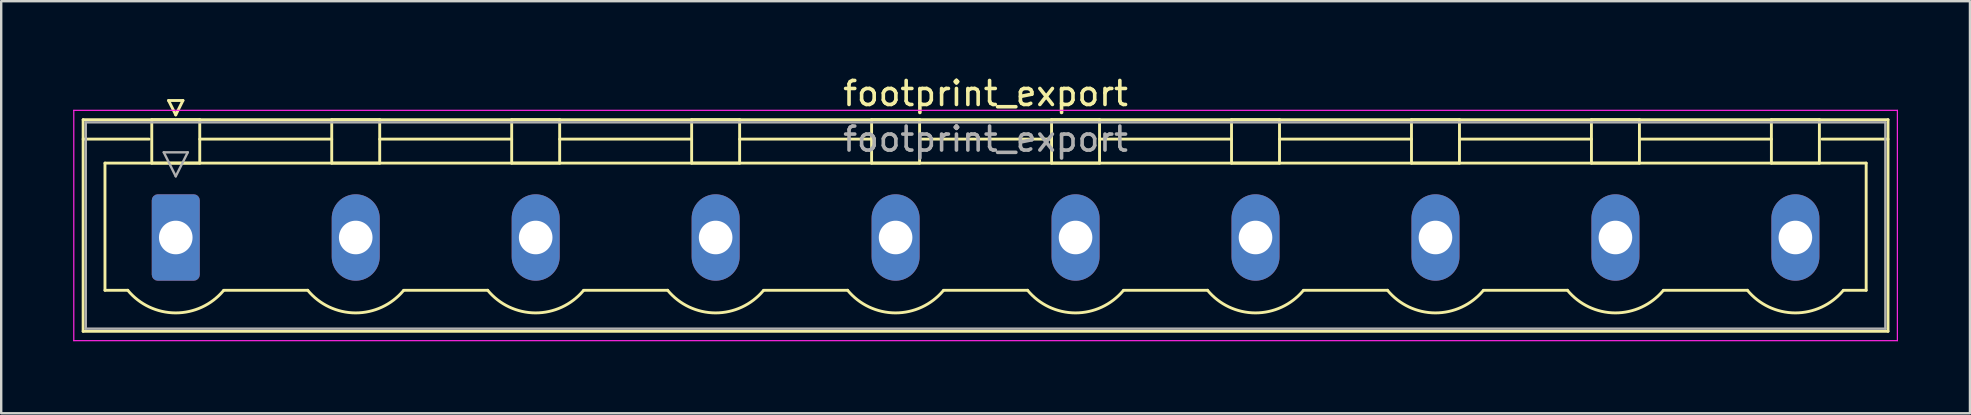
<source format=kicad_pcb>
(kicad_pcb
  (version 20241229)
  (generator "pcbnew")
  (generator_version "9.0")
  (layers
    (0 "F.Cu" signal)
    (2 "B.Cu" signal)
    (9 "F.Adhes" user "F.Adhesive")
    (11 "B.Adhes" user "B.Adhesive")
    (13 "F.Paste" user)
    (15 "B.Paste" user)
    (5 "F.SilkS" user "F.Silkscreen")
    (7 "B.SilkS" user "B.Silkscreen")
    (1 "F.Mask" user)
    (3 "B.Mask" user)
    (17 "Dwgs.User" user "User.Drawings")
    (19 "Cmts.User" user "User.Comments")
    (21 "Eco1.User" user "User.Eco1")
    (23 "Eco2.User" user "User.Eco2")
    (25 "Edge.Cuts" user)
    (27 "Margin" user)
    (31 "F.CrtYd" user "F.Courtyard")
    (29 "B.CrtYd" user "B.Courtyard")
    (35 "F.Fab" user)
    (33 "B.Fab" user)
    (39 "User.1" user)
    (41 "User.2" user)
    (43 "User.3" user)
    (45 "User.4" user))
  (footprint "footprint_export"
    (layer "F.Cu")
    (at 4.275 6.848)
    (property "Reference" "footprint_export" (at 33.75 -6 0) (layer "F.SilkS") (effects (font (size 1 1) (thickness 0.15))))
    (attr through_hole)
    (fp_line (start -3.86 -4.91) (end -3.86 3.91) (stroke (width 0.12) (type solid)) (layer "F.SilkS"))
    (fp_line (start -3.86 -4.1) (end -1.11 -4.1) (stroke (width 0.12) (type solid)) (layer "F.SilkS"))
    (fp_line (start -3.86 3.91) (end 71.36 3.91) (stroke (width 0.12) (type solid)) (layer "F.SilkS"))
    (fp_line (start -2.95 -3.1) (end 70.45 -3.1) (stroke (width 0.12) (type solid)) (layer "F.SilkS"))
    (fp_line (start -2.95 2.2) (end -2.95 -3.1) (stroke (width 0.12) (type solid)) (layer "F.SilkS"))
    (fp_line (start -2 2.2) (end -2.95 2.2) (stroke (width 0.12) (type solid)) (layer "F.SilkS"))
    (fp_line (start -1 -4.91) (end 1 -4.91) (stroke (width 0.12) (type solid)) (layer "F.SilkS"))
    (fp_line (start -1 -3.1) (end -1 -4.91) (stroke (width 0.12) (type solid)) (layer "F.SilkS"))
    (fp_line (start -0.3 -5.71) (end 0.3 -5.71) (stroke (width 0.12) (type solid)) (layer "F.SilkS"))
    (fp_line (start 0 -5.11) (end -0.3 -5.71) (stroke (width 0.12) (type solid)) (layer "F.SilkS"))
    (fp_line (start 0.3 -5.71) (end 0 -5.11) (stroke (width 0.12) (type solid)) (layer "F.SilkS"))
    (fp_line (start 1 -4.91) (end 1 -3.1) (stroke (width 0.12) (type solid)) (layer "F.SilkS"))
    (fp_line (start 1 -4.1) (end 6.5 -4.1) (stroke (width 0.12) (type solid)) (layer "F.SilkS"))
    (fp_line (start 1 -3.1) (end -1 -3.1) (stroke (width 0.12) (type solid)) (layer "F.SilkS"))
    (fp_line (start 2 2.2) (end 5.5 2.2) (stroke (width 0.12) (type solid)) (layer "F.SilkS"))
    (fp_line (start 6.5 -4.91) (end 8.5 -4.91) (stroke (width 0.12) (type solid)) (layer "F.SilkS"))
    (fp_line (start 6.5 -3.1) (end 6.5 -4.91) (stroke (width 0.12) (type solid)) (layer "F.SilkS"))
    (fp_line (start 8.5 -4.91) (end 8.5 -3.1) (stroke (width 0.12) (type solid)) (layer "F.SilkS"))
    (fp_line (start 8.5 -4.1) (end 14 -4.1) (stroke (width 0.12) (type solid)) (layer "F.SilkS"))
    (fp_line (start 8.5 -3.1) (end 6.5 -3.1) (stroke (width 0.12) (type solid)) (layer "F.SilkS"))
    (fp_line (start 9.5 2.2) (end 13 2.2) (stroke (width 0.12) (type solid)) (layer "F.SilkS"))
    (fp_line (start 14 -4.91) (end 16 -4.91) (stroke (width 0.12) (type solid)) (layer "F.SilkS"))
    (fp_line (start 14 -3.1) (end 14 -4.91) (stroke (width 0.12) (type solid)) (layer "F.SilkS"))
    (fp_line (start 16 -4.91) (end 16 -3.1) (stroke (width 0.12) (type solid)) (layer "F.SilkS"))
    (fp_line (start 16 -4.1) (end 21.5 -4.1) (stroke (width 0.12) (type solid)) (layer "F.SilkS"))
    (fp_line (start 16 -3.1) (end 14 -3.1) (stroke (width 0.12) (type solid)) (layer "F.SilkS"))
    (fp_line (start 17 2.2) (end 20.5 2.2) (stroke (width 0.12) (type solid)) (layer "F.SilkS"))
    (fp_line (start 21.5 -4.91) (end 23.5 -4.91) (stroke (width 0.12) (type solid)) (layer "F.SilkS"))
    (fp_line (start 21.5 -3.1) (end 21.5 -4.91) (stroke (width 0.12) (type solid)) (layer "F.SilkS"))
    (fp_line (start 23.5 -4.91) (end 23.5 -3.1) (stroke (width 0.12) (type solid)) (layer "F.SilkS"))
    (fp_line (start 23.5 -4.1) (end 29 -4.1) (stroke (width 0.12) (type solid)) (layer "F.SilkS"))
    (fp_line (start 23.5 -3.1) (end 21.5 -3.1) (stroke (width 0.12) (type solid)) (layer "F.SilkS"))
    (fp_line (start 24.5 2.2) (end 28 2.2) (stroke (width 0.12) (type solid)) (layer "F.SilkS"))
    (fp_line (start 29 -4.91) (end 31 -4.91) (stroke (width 0.12) (type solid)) (layer "F.SilkS"))
    (fp_line (start 29 -3.1) (end 29 -4.91) (stroke (width 0.12) (type solid)) (layer "F.SilkS"))
    (fp_line (start 31 -4.91) (end 31 -3.1) (stroke (width 0.12) (type solid)) (layer "F.SilkS"))
    (fp_line (start 31 -4.1) (end 36.5 -4.1) (stroke (width 0.12) (type solid)) (layer "F.SilkS"))
    (fp_line (start 31 -3.1) (end 29 -3.1) (stroke (width 0.12) (type solid)) (layer "F.SilkS"))
    (fp_line (start 32 2.2) (end 35.5 2.2) (stroke (width 0.12) (type solid)) (layer "F.SilkS"))
    (fp_line (start 36.5 -4.91) (end 38.5 -4.91) (stroke (width 0.12) (type solid)) (layer "F.SilkS"))
    (fp_line (start 36.5 -3.1) (end 36.5 -4.91) (stroke (width 0.12) (type solid)) (layer "F.SilkS"))
    (fp_line (start 38.5 -4.91) (end 38.5 -3.1) (stroke (width 0.12) (type solid)) (layer "F.SilkS"))
    (fp_line (start 38.5 -4.1) (end 44 -4.1) (stroke (width 0.12) (type solid)) (layer "F.SilkS"))
    (fp_line (start 38.5 -3.1) (end 36.5 -3.1) (stroke (width 0.12) (type solid)) (layer "F.SilkS"))
    (fp_line (start 39.5 2.2) (end 43 2.2) (stroke (width 0.12) (type solid)) (layer "F.SilkS"))
    (fp_line (start 44 -4.91) (end 46 -4.91) (stroke (width 0.12) (type solid)) (layer "F.SilkS"))
    (fp_line (start 44 -3.1) (end 44 -4.91) (stroke (width 0.12) (type solid)) (layer "F.SilkS"))
    (fp_line (start 46 -4.91) (end 46 -3.1) (stroke (width 0.12) (type solid)) (layer "F.SilkS"))
    (fp_line (start 46 -4.1) (end 51.5 -4.1) (stroke (width 0.12) (type solid)) (layer "F.SilkS"))
    (fp_line (start 46 -3.1) (end 44 -3.1) (stroke (width 0.12) (type solid)) (layer "F.SilkS"))
    (fp_line (start 47 2.2) (end 50.5 2.2) (stroke (width 0.12) (type solid)) (layer "F.SilkS"))
    (fp_line (start 51.5 -4.91) (end 53.5 -4.91) (stroke (width 0.12) (type solid)) (layer "F.SilkS"))
    (fp_line (start 51.5 -3.1) (end 51.5 -4.91) (stroke (width 0.12) (type solid)) (layer "F.SilkS"))
    (fp_line (start 53.5 -4.91) (end 53.5 -3.1) (stroke (width 0.12) (type solid)) (layer "F.SilkS"))
    (fp_line (start 53.5 -4.1) (end 59 -4.1) (stroke (width 0.12) (type solid)) (layer "F.SilkS"))
    (fp_line (start 53.5 -3.1) (end 51.5 -3.1) (stroke (width 0.12) (type solid)) (layer "F.SilkS"))
    (fp_line (start 54.5 2.2) (end 58 2.2) (stroke (width 0.12) (type solid)) (layer "F.SilkS"))
    (fp_line (start 59 -4.91) (end 61 -4.91) (stroke (width 0.12) (type solid)) (layer "F.SilkS"))
    (fp_line (start 59 -3.1) (end 59 -4.91) (stroke (width 0.12) (type solid)) (layer "F.SilkS"))
    (fp_line (start 61 -4.91) (end 61 -3.1) (stroke (width 0.12) (type solid)) (layer "F.SilkS"))
    (fp_line (start 61 -4.1) (end 66.5 -4.1) (stroke (width 0.12) (type solid)) (layer "F.SilkS"))
    (fp_line (start 61 -3.1) (end 59 -3.1) (stroke (width 0.12) (type solid)) (layer "F.SilkS"))
    (fp_line (start 62 2.2) (end 65.5 2.2) (stroke (width 0.12) (type solid)) (layer "F.SilkS"))
    (fp_line (start 66.5 -4.91) (end 68.5 -4.91) (stroke (width 0.12) (type solid)) (layer "F.SilkS"))
    (fp_line (start 66.5 -3.1) (end 66.5 -4.91) (stroke (width 0.12) (type solid)) (layer "F.SilkS"))
    (fp_line (start 68.5 -4.91) (end 68.5 -3.1) (stroke (width 0.12) (type solid)) (layer "F.SilkS"))
    (fp_line (start 68.5 -3.1) (end 66.5 -3.1) (stroke (width 0.12) (type solid)) (layer "F.SilkS"))
    (fp_line (start 70.45 -3.1) (end 70.45 2.2) (stroke (width 0.12) (type solid)) (layer "F.SilkS"))
    (fp_line (start 70.45 2.2) (end 69.5 2.2) (stroke (width 0.12) (type solid)) (layer "F.SilkS"))
    (fp_line (start 71.36 -4.91) (end -3.86 -4.91) (stroke (width 0.12) (type solid)) (layer "F.SilkS"))
    (fp_line (start 71.36 -4.1) (end 68.61 -4.1) (stroke (width 0.12) (type solid)) (layer "F.SilkS"))
    (fp_line (start 71.36 3.91) (end 71.36 -4.91) (stroke (width 0.12) (type solid)) (layer "F.SilkS"))
    (fp_arc (start 1.986842 2.215821) (mid -0.010289 3.142758) (end -2 2.2) (stroke (width 0.12) (type solid)) (layer "F.SilkS"))
    (fp_arc (start 9.486842 2.215821) (mid 7.489711 3.142758) (end 5.5 2.2) (stroke (width 0.12) (type solid)) (layer "F.SilkS"))
    (fp_arc (start 16.986842 2.215821) (mid 14.989711 3.142758) (end 13 2.2) (stroke (width 0.12) (type solid)) (layer "F.SilkS"))
    (fp_arc (start 24.486842 2.215821) (mid 22.489711 3.142758) (end 20.5 2.2) (stroke (width 0.12) (type solid)) (layer "F.SilkS"))
    (fp_arc (start 31.986842 2.215821) (mid 29.989711 3.142758) (end 28 2.2) (stroke (width 0.12) (type solid)) (layer "F.SilkS"))
    (fp_arc (start 39.486842 2.215821) (mid 37.489711 3.142758) (end 35.5 2.2) (stroke (width 0.12) (type solid)) (layer "F.SilkS"))
    (fp_arc (start 46.986842 2.215821) (mid 44.989711 3.142758) (end 43 2.2) (stroke (width 0.12) (type solid)) (layer "F.SilkS"))
    (fp_arc (start 54.486842 2.215821) (mid 52.489711 3.142758) (end 50.5 2.2) (stroke (width 0.12) (type solid)) (layer "F.SilkS"))
    (fp_arc (start 61.986842 2.215821) (mid 59.989711 3.142758) (end 58 2.2) (stroke (width 0.12) (type solid)) (layer "F.SilkS"))
    (fp_arc (start 69.486842 2.215821) (mid 67.489711 3.142758) (end 65.5 2.2) (stroke (width 0.12) (type solid)) (layer "F.SilkS"))
    (fp_line (start -4.25 -5.3) (end -4.25 4.3) (stroke (width 0.05) (type solid)) (layer "F.CrtYd"))
    (fp_line (start -4.25 4.3) (end 71.75 4.3) (stroke (width 0.05) (type solid)) (layer "F.CrtYd"))
    (fp_line (start 71.75 -5.3) (end -4.25 -5.3) (stroke (width 0.05) (type solid)) (layer "F.CrtYd"))
    (fp_line (start 71.75 4.3) (end 71.75 -5.3) (stroke (width 0.05) (type solid)) (layer "F.CrtYd"))
    (fp_line (start -3.75 -4.8) (end -3.75 3.8) (stroke (width 0.1) (type solid)) (layer "F.Fab"))
    (fp_line (start -3.75 3.8) (end 71.25 3.8) (stroke (width 0.1) (type solid)) (layer "F.Fab"))
    (fp_line (start -0.5 -3.55) (end 0.5 -3.55) (stroke (width 0.1) (type solid)) (layer "F.Fab"))
    (fp_line (start 0 -2.55) (end -0.5 -3.55) (stroke (width 0.1) (type solid)) (layer "F.Fab"))
    (fp_line (start 0.5 -3.55) (end 0 -2.55) (stroke (width 0.1) (type solid)) (layer "F.Fab"))
    (fp_line (start 71.25 -4.8) (end -3.75 -4.8) (stroke (width 0.1) (type solid)) (layer "F.Fab"))
    (fp_line (start 71.25 3.8) (end 71.25 -4.8) (stroke (width 0.1) (type solid)) (layer "F.Fab"))
    (fp_text user "${REFERENCE}" (at 33.75 -4.1 0) (layer "F.Fab") (effects (font (size 1 1) (thickness 0.15))))
    (pad "1" thru_hole roundrect (at 0 0) (size 2 3.6) (drill 1.4) (layers "*.Cu" "*.Mask") (roundrect_rratio 0.125))
    (pad "2" thru_hole oval (at 7.5 0) (size 2 3.6) (drill 1.4) (layers "*.Cu" "*.Mask"))
    (pad "3" thru_hole oval (at 15 0) (size 2 3.6) (drill 1.4) (layers "*.Cu" "*.Mask"))
    (pad "4" thru_hole oval (at 22.5 0) (size 2 3.6) (drill 1.4) (layers "*.Cu" "*.Mask"))
    (pad "5" thru_hole oval (at 30 0) (size 2 3.6) (drill 1.4) (layers "*.Cu" "*.Mask"))
    (pad "6" thru_hole oval (at 37.5 0) (size 2 3.6) (drill 1.4) (layers "*.Cu" "*.Mask"))
    (pad "7" thru_hole oval (at 45 0) (size 2 3.6) (drill 1.4) (layers "*.Cu" "*.Mask"))
    (pad "8" thru_hole oval (at 52.5 0) (size 2 3.6) (drill 1.4) (layers "*.Cu" "*.Mask"))
    (pad "9" thru_hole oval (at 60 0) (size 2 3.6) (drill 1.4) (layers "*.Cu" "*.Mask"))
    (pad "10" thru_hole oval (at 67.5 0) (size 2 3.6) (drill 1.4) (layers "*.Cu" "*.Mask")))
  (gr_rect
    (start -3 -3)
    (end 79.05 14.173)
    (stroke (width 0.1) (type default))
    (fill no)
    (layer "Edge.Cuts")))
</source>
